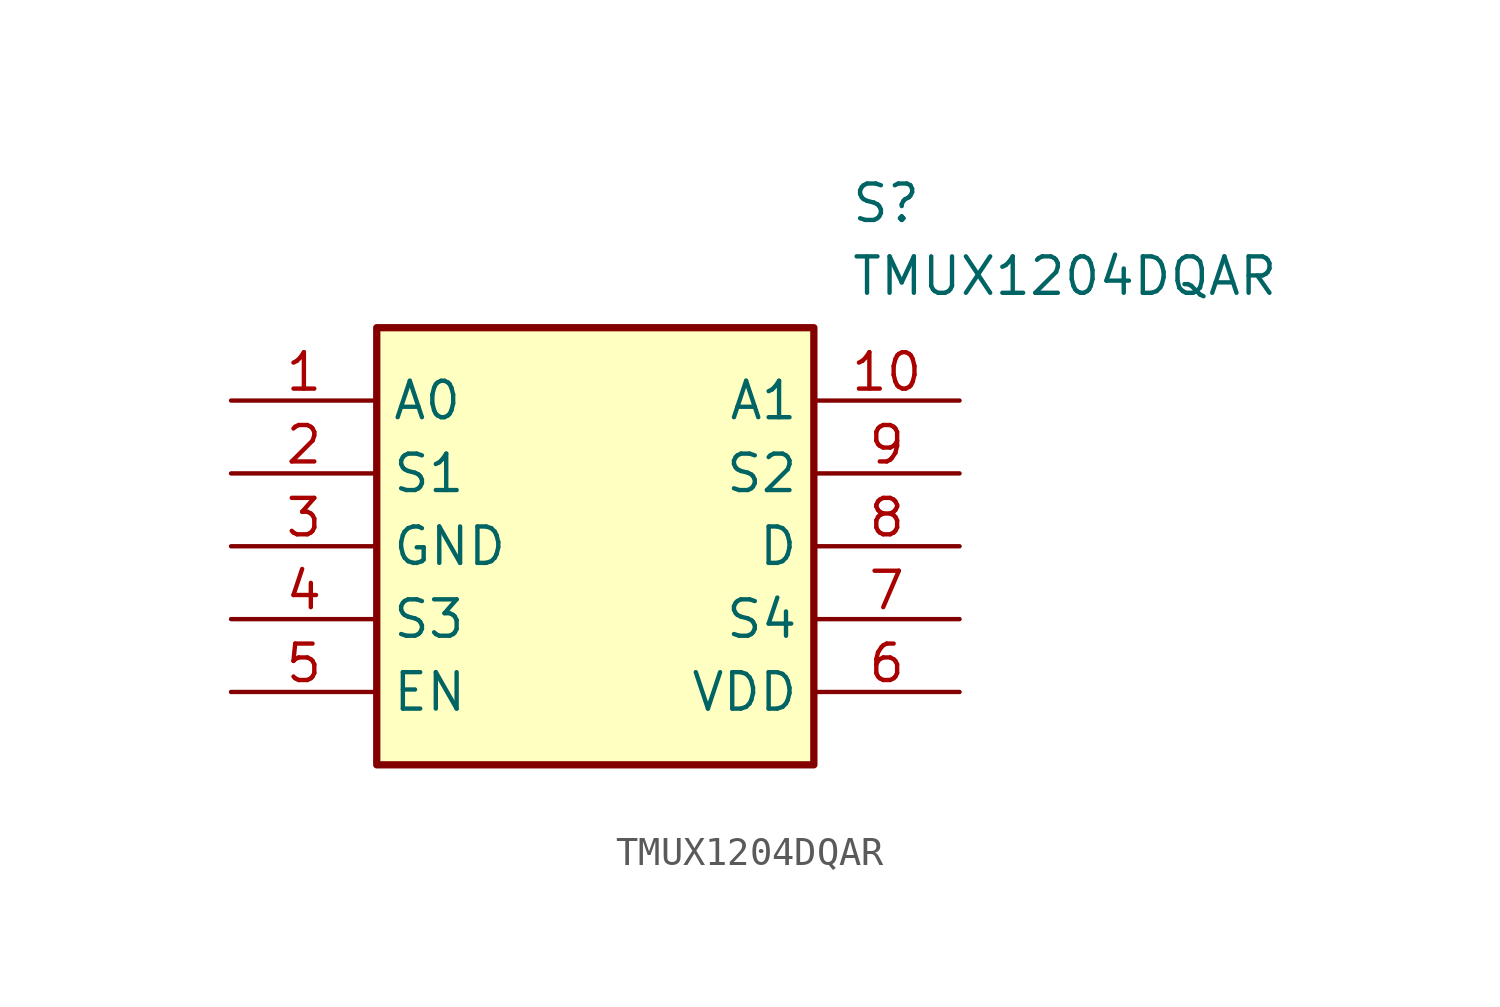
<source format=kicad_sym>
(kicad_symbol_lib
  (version 20211014)
  (generator SamacSys_ECAD_Model)
  (symbol "TMUX1204DQAR"
    (property "Reference" "S"
      (at 21.59 7.62 0)
      (effects (font (size 1.27 1.27)) (justify left top)))
    (property "Value" "TMUX1204DQAR"
      (at 21.59 5.08 0)
      (effects (font (size 1.27 1.27)) (justify left top)))
    (rectangle
      (start 5.08 2.54)
      (end 20.32 -12.7)
      (stroke (width 0.254) (type default))
      (fill (type background)))
    (pin passive line
      (at 0 0 0)
      (length 5.08)
      (name "A0" (effects (font (size 1.27 1.27))))
      (number "1" (effects (font (size 1.27 1.27)))))
    (pin passive line
      (at 0 -2.54 0)
      (length 5.08)
      (name "S1" (effects (font (size 1.27 1.27))))
      (number "2" (effects (font (size 1.27 1.27)))))
    (pin passive line
      (at 0 -5.08 0)
      (length 5.08)
      (name "GND" (effects (font (size 1.27 1.27))))
      (number "3" (effects (font (size 1.27 1.27)))))
    (pin passive line
      (at 0 -7.62 0)
      (length 5.08)
      (name "S3" (effects (font (size 1.27 1.27))))
      (number "4" (effects (font (size 1.27 1.27)))))
    (pin passive line
      (at 0 -10.16 0)
      (length 5.08)
      (name "EN" (effects (font (size 1.27 1.27))))
      (number "5" (effects (font (size 1.27 1.27)))))
    (pin passive line
      (at 25.4 -10.16 180)
      (length 5.08)
      (name "VDD" (effects (font (size 1.27 1.27))))
      (number "6" (effects (font (size 1.27 1.27)))))
    (pin passive line
      (at 25.4 -7.62 180)
      (length 5.08)
      (name "S4" (effects (font (size 1.27 1.27))))
      (number "7" (effects (font (size 1.27 1.27)))))
    (pin passive line
      (at 25.4 -5.08 180)
      (length 5.08)
      (name "D" (effects (font (size 1.27 1.27))))
      (number "8" (effects (font (size 1.27 1.27)))))
    (pin passive line
      (at 25.4 -2.54 180)
      (length 5.08)
      (name "S2" (effects (font (size 1.27 1.27))))
      (number "9" (effects (font (size 1.27 1.27)))))
    (pin passive line
      (at 25.4 0 180)
      (length 5.08)
      (name "A1" (effects (font (size 1.27 1.27))))
      (number "10" (effects (font (size 1.27 1.27)))))))
</source>
